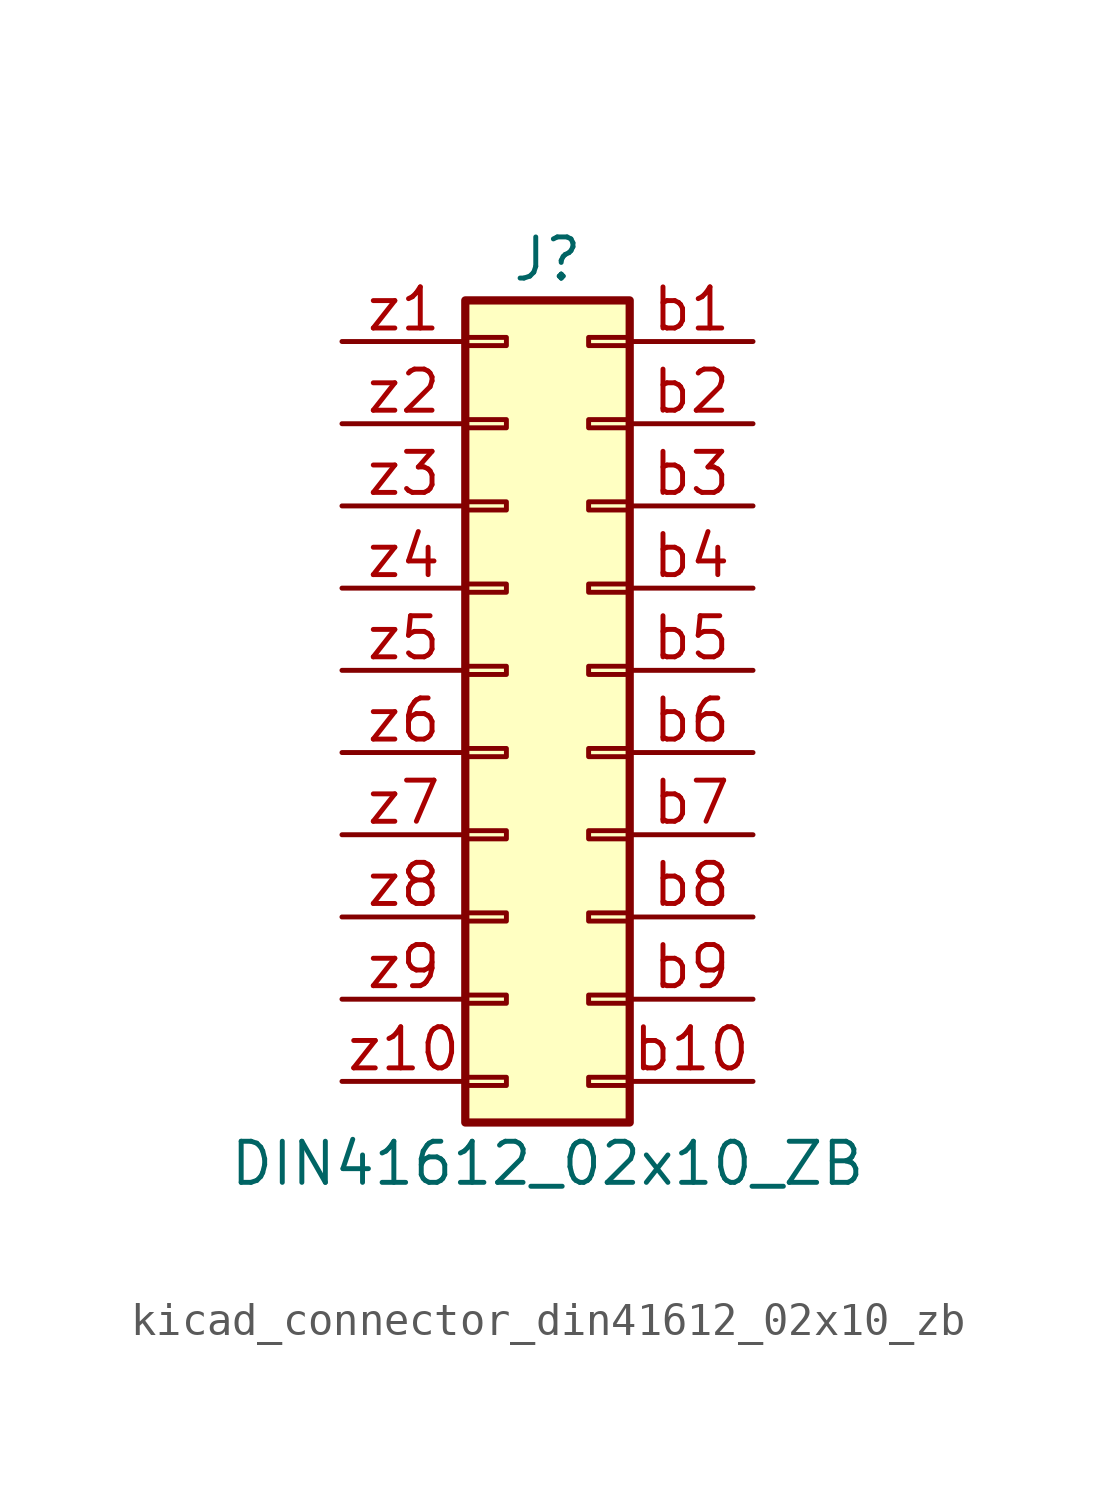
<source format=kicad_sym>
(kicad_symbol_lib
  (version 20220914)
  (generator kicad_symbol_editor)
  (symbol "kicad_connector_din41612_02x10_zb"
    (pin_names
      (offset 1.016) hide)
    (property "Reference" "J"
      (at 1.27 12.7 0)
      (effects (font (size 1.27 1.27))))
    (property "Value" "DIN41612_02x10_ZB"
      (at 1.27 -15.24 0)
      (effects (font (size 1.27 1.27))))
    (symbol "kicad_connector_din41612_02x10_zb_1_1"
      (rectangle (start -1.27 -12.573) (end 0 -12.827) (stroke (width 0.152) (type default)) (fill (type none)))
      (rectangle (start -1.27 -10.033) (end 0 -10.287) (stroke (width 0.152) (type default)) (fill (type none)))
      (rectangle (start -1.27 -7.493) (end 0 -7.747) (stroke (width 0.152) (type default)) (fill (type none)))
      (rectangle (start -1.27 -4.953) (end 0 -5.207) (stroke (width 0.152) (type default)) (fill (type none)))
      (rectangle (start -1.27 -2.413) (end 0 -2.667) (stroke (width 0.152) (type default)) (fill (type none)))
      (rectangle (start -1.27 0.127) (end 0 -0.127) (stroke (width 0.152) (type default)) (fill (type none)))
      (rectangle (start -1.27 2.667) (end 0 2.413) (stroke (width 0.152) (type default)) (fill (type none)))
      (rectangle (start -1.27 5.207) (end 0 4.953) (stroke (width 0.152) (type default)) (fill (type none)))
      (rectangle (start -1.27 7.747) (end 0 7.493) (stroke (width 0.152) (type default)) (fill (type none)))
      (rectangle (start -1.27 10.287) (end 0 10.033) (stroke (width 0.152) (type default)) (fill (type none)))
      (rectangle (start -1.27 11.43) (end 3.81 -13.97) (stroke (width 0.254) (type default)) (fill (type background)))
      (rectangle (start 3.81 -12.573) (end 2.54 -12.827) (stroke (width 0.152) (type default)) (fill (type none)))
      (rectangle (start 3.81 -10.033) (end 2.54 -10.287) (stroke (width 0.152) (type default)) (fill (type none)))
      (rectangle (start 3.81 -7.493) (end 2.54 -7.747) (stroke (width 0.152) (type default)) (fill (type none)))
      (rectangle (start 3.81 -4.953) (end 2.54 -5.207) (stroke (width 0.152) (type default)) (fill (type none)))
      (rectangle (start 3.81 -2.413) (end 2.54 -2.667) (stroke (width 0.152) (type default)) (fill (type none)))
      (rectangle (start 3.81 0.127) (end 2.54 -0.127) (stroke (width 0.152) (type default)) (fill (type none)))
      (rectangle (start 3.81 2.667) (end 2.54 2.413) (stroke (width 0.152) (type default)) (fill (type none)))
      (rectangle (start 3.81 5.207) (end 2.54 4.953) (stroke (width 0.152) (type default)) (fill (type none)))
      (rectangle (start 3.81 7.747) (end 2.54 7.493) (stroke (width 0.152) (type default)) (fill (type none)))
      (rectangle (start 3.81 10.287) (end 2.54 10.033) (stroke (width 0.152) (type default)) (fill (type none)))
      (pin passive line (at 7.62 10.16 180) (length 3.81) (name "Pin_b1" (effects (font (size 1.27 1.27)))) (number "b1" (effects (font (size 1.27 1.27)))))
      (pin passive line (at 7.62 -12.7 180) (length 3.81) (name "Pin_b10" (effects (font (size 1.27 1.27)))) (number "b10" (effects (font (size 1.27 1.27)))))
      (pin passive line (at 7.62 7.62 180) (length 3.81) (name "Pin_b2" (effects (font (size 1.27 1.27)))) (number "b2" (effects (font (size 1.27 1.27)))))
      (pin passive line (at 7.62 5.08 180) (length 3.81) (name "Pin_b3" (effects (font (size 1.27 1.27)))) (number "b3" (effects (font (size 1.27 1.27)))))
      (pin passive line (at 7.62 2.54 180) (length 3.81) (name "Pin_b4" (effects (font (size 1.27 1.27)))) (number "b4" (effects (font (size 1.27 1.27)))))
      (pin passive line (at 7.62 0 180) (length 3.81) (name "Pin_b5" (effects (font (size 1.27 1.27)))) (number "b5" (effects (font (size 1.27 1.27)))))
      (pin passive line (at 7.62 -2.54 180) (length 3.81) (name "Pin_b6" (effects (font (size 1.27 1.27)))) (number "b6" (effects (font (size 1.27 1.27)))))
      (pin passive line (at 7.62 -5.08 180) (length 3.81) (name "Pin_b7" (effects (font (size 1.27 1.27)))) (number "b7" (effects (font (size 1.27 1.27)))))
      (pin passive line (at 7.62 -7.62 180) (length 3.81) (name "Pin_b8" (effects (font (size 1.27 1.27)))) (number "b8" (effects (font (size 1.27 1.27)))))
      (pin passive line (at 7.62 -10.16 180) (length 3.81) (name "Pin_b9" (effects (font (size 1.27 1.27)))) (number "b9" (effects (font (size 1.27 1.27)))))
      (pin passive line (at -5.08 10.16 0) (length 3.81) (name "Pin_z1" (effects (font (size 1.27 1.27)))) (number "z1" (effects (font (size 1.27 1.27)))))
      (pin passive line (at -5.08 -12.7 0) (length 3.81) (name "Pin_z10" (effects (font (size 1.27 1.27)))) (number "z10" (effects (font (size 1.27 1.27)))))
      (pin passive line (at -5.08 7.62 0) (length 3.81) (name "Pin_z2" (effects (font (size 1.27 1.27)))) (number "z2" (effects (font (size 1.27 1.27)))))
      (pin passive line (at -5.08 5.08 0) (length 3.81) (name "Pin_z3" (effects (font (size 1.27 1.27)))) (number "z3" (effects (font (size 1.27 1.27)))))
      (pin passive line (at -5.08 2.54 0) (length 3.81) (name "Pin_z4" (effects (font (size 1.27 1.27)))) (number "z4" (effects (font (size 1.27 1.27)))))
      (pin passive line (at -5.08 0 0) (length 3.81) (name "Pin_z5" (effects (font (size 1.27 1.27)))) (number "z5" (effects (font (size 1.27 1.27)))))
      (pin passive line (at -5.08 -2.54 0) (length 3.81) (name "Pin_z6" (effects (font (size 1.27 1.27)))) (number "z6" (effects (font (size 1.27 1.27)))))
      (pin passive line (at -5.08 -5.08 0) (length 3.81) (name "Pin_z7" (effects (font (size 1.27 1.27)))) (number "z7" (effects (font (size 1.27 1.27)))))
      (pin passive line (at -5.08 -7.62 0) (length 3.81) (name "Pin_z8" (effects (font (size 1.27 1.27)))) (number "z8" (effects (font (size 1.27 1.27)))))
      (pin passive line (at -5.08 -10.16 0) (length 3.81) (name "Pin_z9" (effects (font (size 1.27 1.27)))) (number "z9" (effects (font (size 1.27 1.27))))))))
</source>
